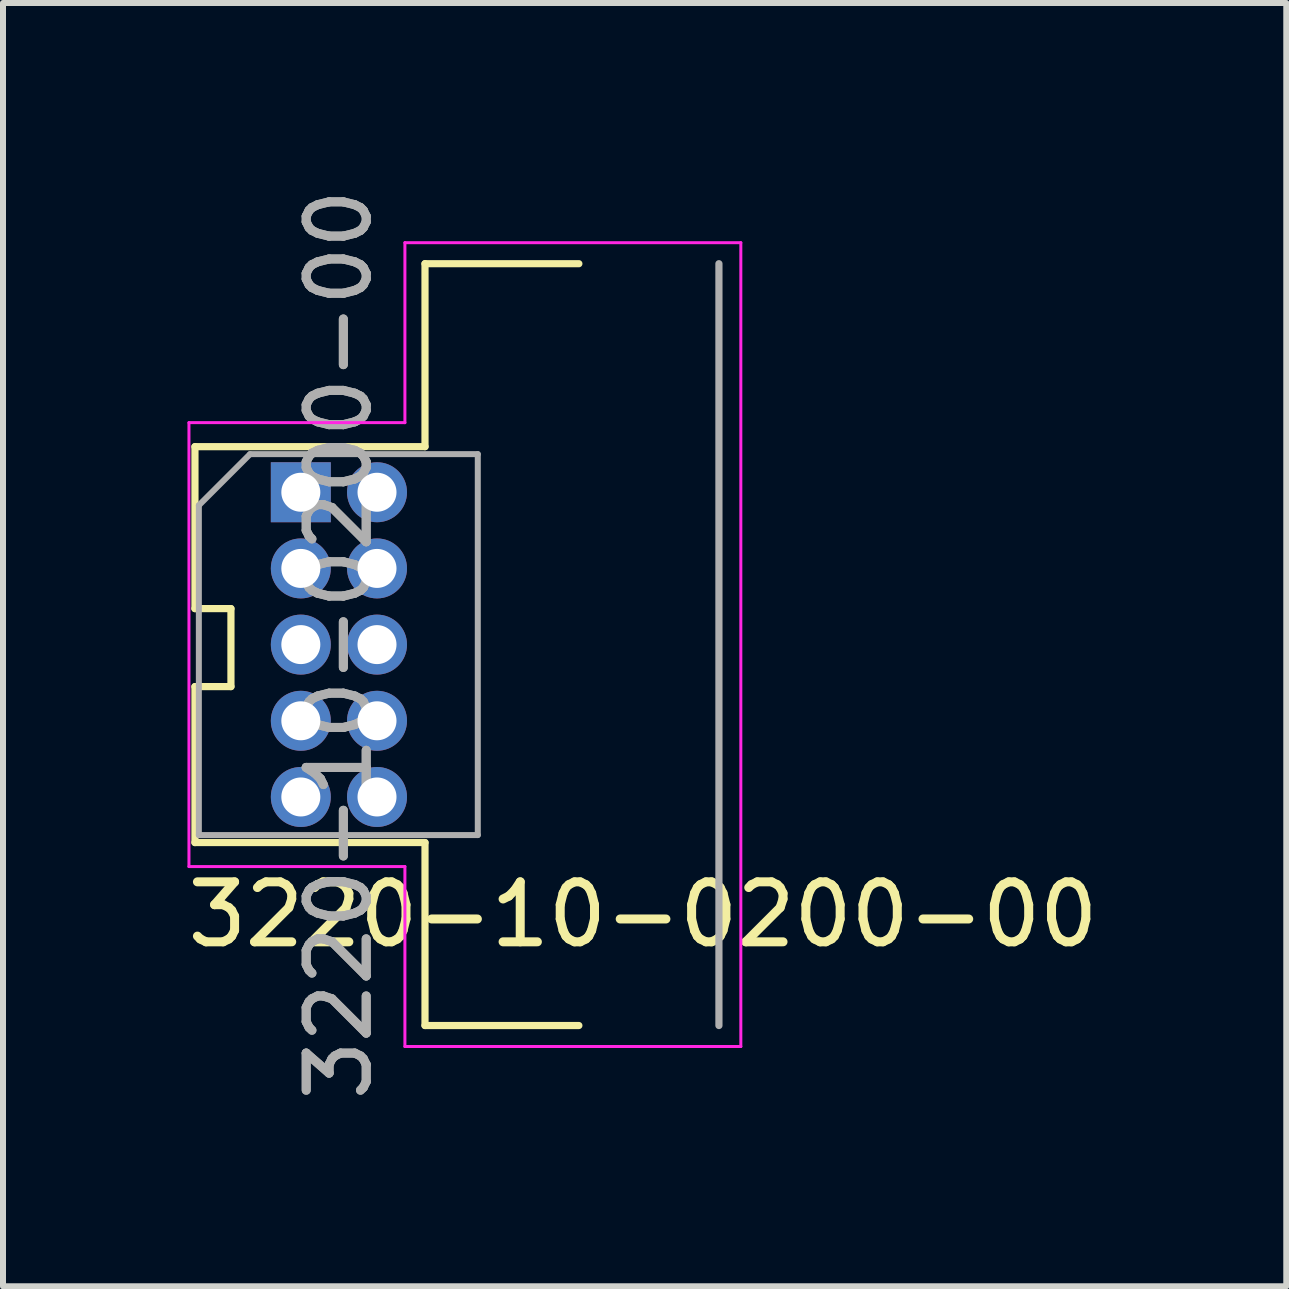
<source format=kicad_pcb>
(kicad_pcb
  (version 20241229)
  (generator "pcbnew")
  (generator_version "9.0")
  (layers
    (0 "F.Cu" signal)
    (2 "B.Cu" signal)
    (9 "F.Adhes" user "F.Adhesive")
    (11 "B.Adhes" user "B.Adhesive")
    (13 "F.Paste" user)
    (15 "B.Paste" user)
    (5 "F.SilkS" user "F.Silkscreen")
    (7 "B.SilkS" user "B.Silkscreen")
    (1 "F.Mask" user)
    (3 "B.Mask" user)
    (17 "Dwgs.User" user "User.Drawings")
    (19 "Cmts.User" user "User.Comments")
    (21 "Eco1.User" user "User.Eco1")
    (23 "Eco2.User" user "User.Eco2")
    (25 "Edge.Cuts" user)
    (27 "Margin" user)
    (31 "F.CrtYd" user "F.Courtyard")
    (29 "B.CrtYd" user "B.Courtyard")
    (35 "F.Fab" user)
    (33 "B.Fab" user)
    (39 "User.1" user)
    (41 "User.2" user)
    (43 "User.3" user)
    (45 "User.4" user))
  (footprint "3220-10-0200-00"
    (layer "F.Cu")
    (at 2.6 7.696)
    (property "Reference" "3220-10-0200-00" (at -2.6 4.5 0) (unlocked yes) (layer "F.SilkS") (effects (font (size 1 1) (thickness 0.15)) (justify left)))
    (attr through_hole)
    (fp_line (start -2.4 -3.3) (end -2.4 -0.6) (stroke (width 0.12) (type solid)) (layer "F.SilkS"))
    (fp_line (start -2.4 -3.3) (end 1.435 -3.3) (stroke (width 0.12) (type solid)) (layer "F.SilkS"))
    (fp_line (start -2.4 -0.6) (end -1.8 -0.6) (stroke (width 0.12) (type solid)) (layer "F.SilkS"))
    (fp_line (start -2.4 0.7) (end -1.8 0.7) (stroke (width 0.12) (type solid)) (layer "F.SilkS"))
    (fp_line (start -2.4 3.3) (end -2.4 0.7) (stroke (width 0.12) (type solid)) (layer "F.SilkS"))
    (fp_line (start -1.8 0.7) (end -1.8 -0.6) (stroke (width 0.12) (type solid)) (layer "F.SilkS"))
    (fp_line (start 1.435 -6.35) (end 1.435 -3.3) (stroke (width 0.12) (type solid)) (layer "F.SilkS"))
    (fp_line (start 1.435 -6.35) (end 4 -6.35) (stroke (width 0.12) (type solid)) (layer "F.SilkS"))
    (fp_line (start 1.435 3.3) (end -2.4 3.3) (stroke (width 0.12) (type solid)) (layer "F.SilkS"))
    (fp_line (start 1.435 6.35) (end 1.435 3.3) (stroke (width 0.12) (type solid)) (layer "F.SilkS"))
    (fp_line (start 4 6.35) (end 1.435 6.35) (stroke (width 0.12) (type solid)) (layer "F.SilkS"))
    (fp_line (start -2.5 -3.7) (end -2.5 3.7) (stroke (width 0.05) (type solid)) (layer "F.CrtYd"))
    (fp_line (start -2.5 3.7) (end 1.1 3.7) (stroke (width 0.05) (type solid)) (layer "F.CrtYd"))
    (fp_line (start 1.1 -6.7) (end 6.7 -6.7) (stroke (width 0.05) (type solid)) (layer "F.CrtYd"))
    (fp_line (start 1.1 -3.7) (end -2.5 -3.7) (stroke (width 0.05) (type solid)) (layer "F.CrtYd"))
    (fp_line (start 1.1 -3.7) (end 1.1 -6.7) (stroke (width 0.05) (type solid)) (layer "F.CrtYd"))
    (fp_line (start 1.1 6.7) (end 1.1 3.7) (stroke (width 0.05) (type solid)) (layer "F.CrtYd"))
    (fp_line (start 6.7 -6.7) (end 6.7 6.7) (stroke (width 0.05) (type solid)) (layer "F.CrtYd"))
    (fp_line (start 6.7 6.7) (end 1.1 6.7) (stroke (width 0.05) (type solid)) (layer "F.CrtYd"))
    (fp_line (start -2.335 -2.322) (end -1.482 -3.175) (stroke (width 0.1) (type solid)) (layer "F.Fab"))
    (fp_line (start -2.335 3.175) (end -2.335 -2.322) (stroke (width 0.1) (type solid)) (layer "F.Fab"))
    (fp_line (start -1.482 -3.175) (end 2.315 -3.175) (stroke (width 0.1) (type solid)) (layer "F.Fab"))
    (fp_line (start 2.315 -3.175) (end 2.315 3.175) (stroke (width 0.1) (type solid)) (layer "F.Fab"))
    (fp_line (start 2.315 3.175) (end -2.335 3.175) (stroke (width 0.1) (type solid)) (layer "F.Fab"))
    (fp_line (start 6.335 6.35) (end 6.335 -6.35) (stroke (width 0.12) (type solid)) (layer "F.Fab"))
    (fp_text user "${REFERENCE}" (at 0 0 90) (layer "F.Fab") (effects (font (size 1 1) (thickness 0.15))))
    (fp_text user "${REFERENCE}" (at 0 0 90) (layer "F.Fab") (effects (font (size 1 1) (thickness 0.15))))
    (pad "1" thru_hole rect (at -0.635 -2.54) (size 1 1) (drill 0.65) (layers "*.Cu" "*.Mask"))
    (pad "2" thru_hole oval (at 0.635 -2.54) (size 1 1) (drill 0.65) (layers "*.Cu" "*.Mask"))
    (pad "3" thru_hole oval (at -0.635 -1.27) (size 1 1) (drill 0.65) (layers "*.Cu" "*.Mask"))
    (pad "4" thru_hole oval (at 0.635 -1.27) (size 1 1) (drill 0.65) (layers "*.Cu" "*.Mask"))
    (pad "5" thru_hole oval (at -0.635 0) (size 1 1) (drill 0.65) (layers "*.Cu" "*.Mask"))
    (pad "6" thru_hole oval (at 0.635 0) (size 1 1) (drill 0.65) (layers "*.Cu" "*.Mask"))
    (pad "7" thru_hole oval (at -0.635 1.27) (size 1 1) (drill 0.65) (layers "*.Cu" "*.Mask"))
    (pad "8" thru_hole oval (at 0.635 1.27) (size 1 1) (drill 0.65) (layers "*.Cu" "*.Mask"))
    (pad "9" thru_hole oval (at -0.635 2.54) (size 1 1) (drill 0.65) (layers "*.Cu" "*.Mask"))
    (pad "10" thru_hole oval (at 0.635 2.54) (size 1 1) (drill 0.65) (layers "*.Cu" "*.Mask")))
  (gr_rect
    (start -3 -3)
    (end 18.393 18.393)
    (stroke (width 0.1) (type default))
    (fill no)
    (layer "Edge.Cuts")))
</source>
